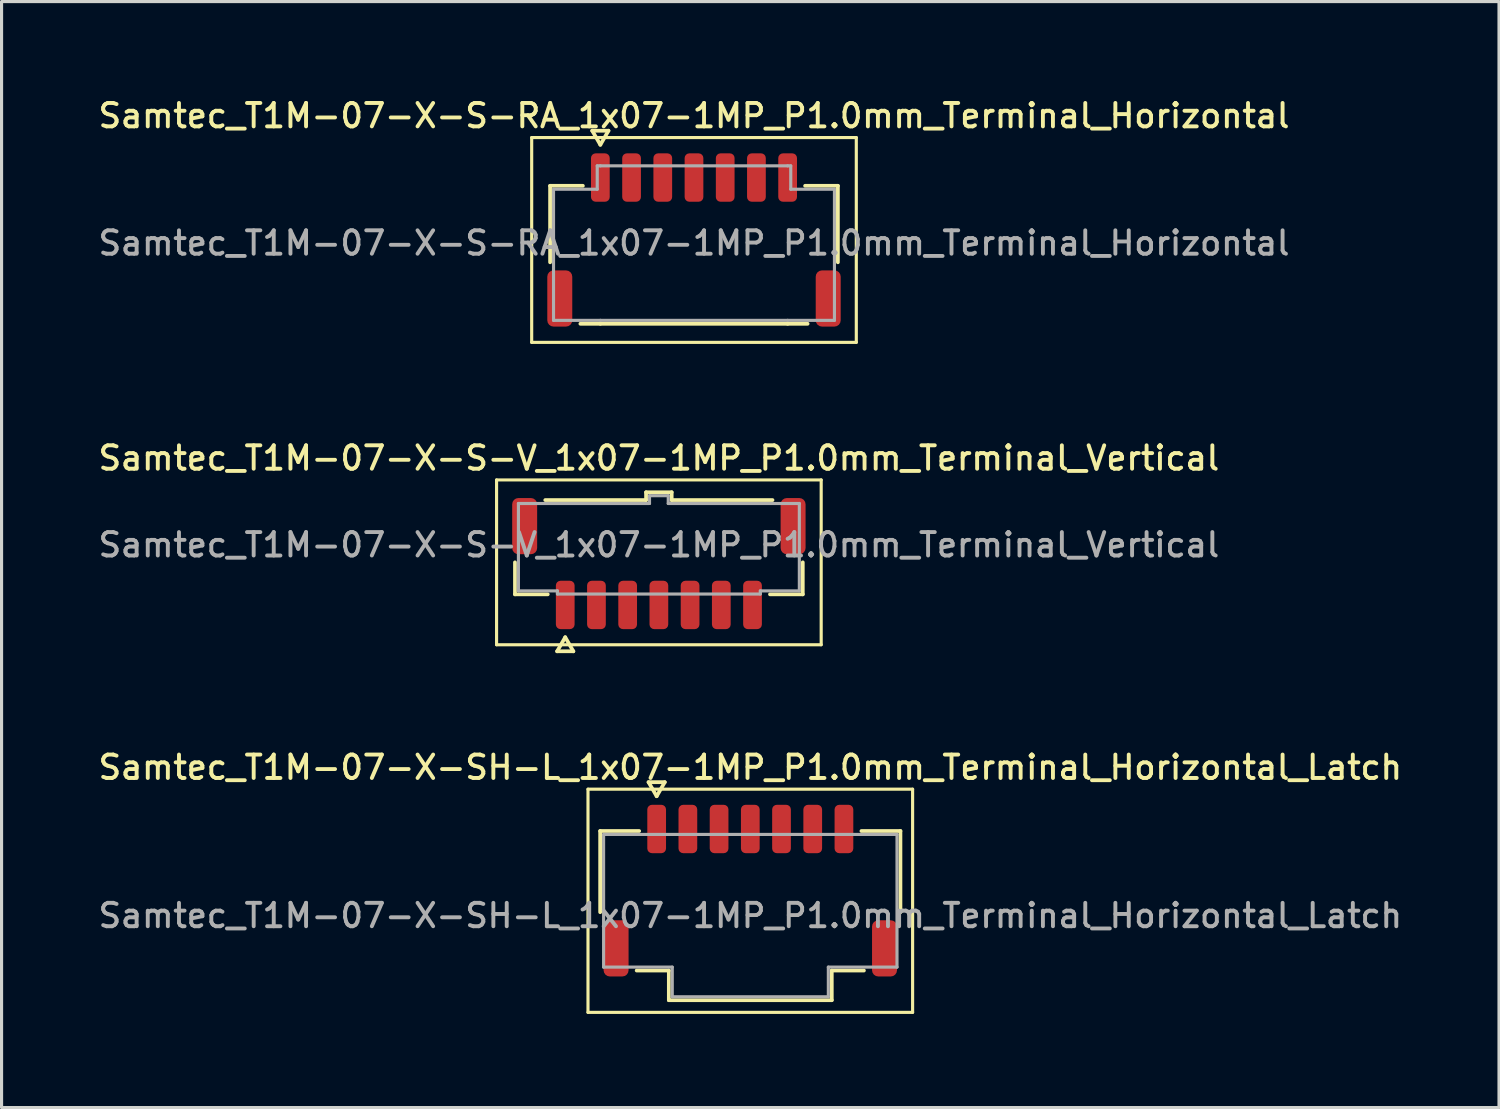
<source format=kicad_pcb>
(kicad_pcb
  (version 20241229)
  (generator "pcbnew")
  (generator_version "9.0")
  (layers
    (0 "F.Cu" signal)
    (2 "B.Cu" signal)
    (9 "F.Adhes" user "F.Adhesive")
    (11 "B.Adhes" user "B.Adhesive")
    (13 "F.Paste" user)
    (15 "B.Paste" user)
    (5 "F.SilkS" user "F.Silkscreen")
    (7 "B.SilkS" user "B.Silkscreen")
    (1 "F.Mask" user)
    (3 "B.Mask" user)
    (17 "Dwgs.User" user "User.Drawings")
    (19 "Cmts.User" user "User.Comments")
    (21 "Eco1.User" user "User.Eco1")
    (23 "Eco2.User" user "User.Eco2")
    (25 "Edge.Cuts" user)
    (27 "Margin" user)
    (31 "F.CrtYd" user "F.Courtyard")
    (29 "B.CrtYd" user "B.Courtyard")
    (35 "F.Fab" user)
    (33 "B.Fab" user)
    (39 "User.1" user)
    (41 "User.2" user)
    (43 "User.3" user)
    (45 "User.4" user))
  (footprint "Samtec_T1M-07-X-SH-L_1x07-1MP_P1.0mm_Terminal_Horizontal_Latch"
    (layer "F.Cu")
    (at 20.988 26.284)
    (property "Reference" "Samtec_T1M-07-X-SH-L_1x07-1MP_P1.0mm_Terminal_Horizontal_Latch" (at 0 -4.75 0) (layer "F.SilkS") (effects (font (size 0.75 0.75) (thickness 0.125))))
    (attr smd)
    (fp_line (start -5.2 -4.05) (end -5.2 3.1) (stroke (width 0.1) (type solid)) (layer "F.SilkS"))
    (fp_line (start -5.2 3.1) (end 5.2 3.1) (stroke (width 0.1) (type solid)) (layer "F.SilkS"))
    (fp_line (start -4.81 -2.71) (end -3.56 -2.71) (stroke (width 0.12) (type solid)) (layer "F.SilkS"))
    (fp_line (start -4.81 -0.11) (end -4.81 -2.71) (stroke (width 0.12) (type solid)) (layer "F.SilkS"))
    (fp_line (start -3.26 -4.275) (end -3 -3.825) (stroke (width 0.12) (type solid)) (layer "F.SilkS"))
    (fp_line (start -3 -3.825) (end -2.74 -4.275) (stroke (width 0.12) (type solid)) (layer "F.SilkS"))
    (fp_line (start -2.74 -4.275) (end -3.26 -4.275) (stroke (width 0.12) (type solid)) (layer "F.SilkS"))
    (fp_line (start -2.61 1.76) (end -3.64 1.76) (stroke (width 0.12) (type solid)) (layer "F.SilkS"))
    (fp_line (start -2.61 2.71) (end -2.61 1.76) (stroke (width 0.12) (type solid)) (layer "F.SilkS"))
    (fp_line (start 2.61 1.76) (end 2.61 2.71) (stroke (width 0.12) (type solid)) (layer "F.SilkS"))
    (fp_line (start 2.61 2.71) (end -2.61 2.71) (stroke (width 0.12) (type solid)) (layer "F.SilkS"))
    (fp_line (start 3.56 -2.71) (end 4.81 -2.71) (stroke (width 0.12) (type solid)) (layer "F.SilkS"))
    (fp_line (start 3.64 1.76) (end 2.61 1.76) (stroke (width 0.12) (type solid)) (layer "F.SilkS"))
    (fp_line (start 4.81 -2.71) (end 4.81 -0.11) (stroke (width 0.12) (type solid)) (layer "F.SilkS"))
    (fp_line (start 5.2 -4.05) (end -5.2 -4.05) (stroke (width 0.1) (type solid)) (layer "F.SilkS"))
    (fp_line (start 5.2 3.1) (end 5.2 -4.05) (stroke (width 0.1) (type solid)) (layer "F.SilkS"))
    (fp_line (start -4.7 -2.6) (end 4.7 -2.6) (stroke (width 0.1) (type solid)) (layer "F.Fab"))
    (fp_line (start -4.7 1.65) (end -4.7 -2.6) (stroke (width 0.1) (type solid)) (layer "F.Fab"))
    (fp_line (start -2.5 1.65) (end -4.7 1.65) (stroke (width 0.1) (type solid)) (layer "F.Fab"))
    (fp_line (start -2.5 2.6) (end -2.5 1.65) (stroke (width 0.1) (type solid)) (layer "F.Fab"))
    (fp_line (start 2.5 1.65) (end 2.5 2.6) (stroke (width 0.1) (type solid)) (layer "F.Fab"))
    (fp_line (start 2.5 2.6) (end -2.5 2.6) (stroke (width 0.1) (type solid)) (layer "F.Fab"))
    (fp_line (start 4.7 -2.6) (end 4.7 1.65) (stroke (width 0.1) (type solid)) (layer "F.Fab"))
    (fp_line (start 4.7 1.65) (end 2.5 1.65) (stroke (width 0.1) (type solid)) (layer "F.Fab"))
    (fp_text user "${REFERENCE}" (at 0 0 0) (layer "F.Fab") (effects (font (size 0.75 0.75) (thickness 0.125))))
    (pad "1" smd roundrect (at -3 -2.775) (size 0.6 1.55) (layers "F.Cu" "F.Mask" "F.Paste") (roundrect_rratio 0.25))
    (pad "2" smd roundrect (at -2 -2.775) (size 0.6 1.55) (layers "F.Cu" "F.Mask" "F.Paste") (roundrect_rratio 0.25))
    (pad "3" smd roundrect (at -1 -2.775) (size 0.6 1.55) (layers "F.Cu" "F.Mask" "F.Paste") (roundrect_rratio 0.25))
    (pad "4" smd roundrect (at 0 -2.775) (size 0.6 1.55) (layers "F.Cu" "F.Mask" "F.Paste") (roundrect_rratio 0.25))
    (pad "5" smd roundrect (at 1 -2.775) (size 0.6 1.55) (layers "F.Cu" "F.Mask" "F.Paste") (roundrect_rratio 0.25))
    (pad "6" smd roundrect (at 2 -2.775) (size 0.6 1.55) (layers "F.Cu" "F.Mask" "F.Paste") (roundrect_rratio 0.25))
    (pad "7" smd roundrect (at 3 -2.775) (size 0.6 1.55) (layers "F.Cu" "F.Mask" "F.Paste") (roundrect_rratio 0.25))
    (pad "MP" smd roundrect (at -4.3 1.05) (size 0.8 1.8) (layers "F.Cu" "F.Mask" "F.Paste") (roundrect_rratio 0.25))
    (pad "MP" smd roundrect (at 4.3 1.05) (size 0.8 1.8) (layers "F.Cu" "F.Mask" "F.Paste") (roundrect_rratio 0.25)))
  (footprint "Samtec_T1M-07-X-S-RA_1x07-1MP_P1.0mm_Terminal_Horizontal"
    (layer "F.Cu")
    (at 19.184 4.738)
    (property "Reference" "Samtec_T1M-07-X-S-RA_1x07-1MP_P1.0mm_Terminal_Horizontal" (at 0 -4.08 0) (layer "F.SilkS") (effects (font (size 0.75 0.75) (thickness 0.125))))
    (attr smd)
    (fp_line (start -5.2 -3.38) (end -5.2 3.18) (stroke (width 0.1) (type solid)) (layer "F.SilkS"))
    (fp_line (start -5.2 3.18) (end 5.2 3.18) (stroke (width 0.1) (type solid)) (layer "F.SilkS"))
    (fp_line (start -4.61 -1.835) (end -3.56 -1.835) (stroke (width 0.12) (type solid)) (layer "F.SilkS"))
    (fp_line (start -4.61 0.615) (end -4.61 -1.835) (stroke (width 0.12) (type solid)) (layer "F.SilkS"))
    (fp_line (start -3.26 -3.6) (end -3 -3.15) (stroke (width 0.12) (type solid)) (layer "F.SilkS"))
    (fp_line (start -3 -3.15) (end -2.74 -3.6) (stroke (width 0.12) (type solid)) (layer "F.SilkS"))
    (fp_line (start -3 2.585) (end -3.64 2.585) (stroke (width 0.12) (type solid)) (layer "F.SilkS"))
    (fp_line (start -2.74 -3.6) (end -3.26 -3.6) (stroke (width 0.12) (type solid)) (layer "F.SilkS"))
    (fp_line (start 3 2.585) (end -3 2.585) (stroke (width 0.12) (type solid)) (layer "F.SilkS"))
    (fp_line (start 3.56 -1.835) (end 4.61 -1.835) (stroke (width 0.12) (type solid)) (layer "F.SilkS"))
    (fp_line (start 3.64 2.585) (end 3 2.585) (stroke (width 0.12) (type solid)) (layer "F.SilkS"))
    (fp_line (start 4.61 -1.835) (end 4.61 0.615) (stroke (width 0.12) (type solid)) (layer "F.SilkS"))
    (fp_line (start 5.2 -3.38) (end -5.2 -3.38) (stroke (width 0.1) (type solid)) (layer "F.SilkS"))
    (fp_line (start 5.2 3.18) (end 5.2 -3.38) (stroke (width 0.1) (type solid)) (layer "F.SilkS"))
    (fp_line (start -4.5 -1.725) (end -3.1 -1.725) (stroke (width 0.1) (type solid)) (layer "F.Fab"))
    (fp_line (start -4.5 2.475) (end -4.5 -1.725) (stroke (width 0.1) (type solid)) (layer "F.Fab"))
    (fp_line (start -3.1 -2.475) (end -3 -2.475) (stroke (width 0.1) (type solid)) (layer "F.Fab"))
    (fp_line (start -3.1 -1.725) (end -3.1 -2.475) (stroke (width 0.1) (type solid)) (layer "F.Fab"))
    (fp_line (start -3 -2.475) (end 3 -2.475) (stroke (width 0.1) (type solid)) (layer "F.Fab"))
    (fp_line (start -3 2.475) (end -4.5 2.475) (stroke (width 0.1) (type solid)) (layer "F.Fab"))
    (fp_line (start 3 -2.475) (end 3.1 -2.475) (stroke (width 0.1) (type solid)) (layer "F.Fab"))
    (fp_line (start 3 2.475) (end -3 2.475) (stroke (width 0.1) (type solid)) (layer "F.Fab"))
    (fp_line (start 3.1 -2.475) (end 3.1 -1.725) (stroke (width 0.1) (type solid)) (layer "F.Fab"))
    (fp_line (start 3.1 -1.725) (end 4.5 -1.725) (stroke (width 0.1) (type solid)) (layer "F.Fab"))
    (fp_line (start 4.5 -1.725) (end 4.5 2.475) (stroke (width 0.1) (type solid)) (layer "F.Fab"))
    (fp_line (start 4.5 2.475) (end 3 2.475) (stroke (width 0.1) (type solid)) (layer "F.Fab"))
    (fp_text user "${REFERENCE}" (at 0 0 0) (layer "F.Fab") (effects (font (size 0.75 0.75) (thickness 0.125))))
    (pad "1" smd roundrect (at -3 -2.1) (size 0.6 1.55) (layers "F.Cu" "F.Mask" "F.Paste") (roundrect_rratio 0.25))
    (pad "2" smd roundrect (at -2 -2.1) (size 0.6 1.55) (layers "F.Cu" "F.Mask" "F.Paste") (roundrect_rratio 0.25))
    (pad "3" smd roundrect (at -1 -2.1) (size 0.6 1.55) (layers "F.Cu" "F.Mask" "F.Paste") (roundrect_rratio 0.25))
    (pad "4" smd roundrect (at 0 -2.1) (size 0.6 1.55) (layers "F.Cu" "F.Mask" "F.Paste") (roundrect_rratio 0.25))
    (pad "5" smd roundrect (at 1 -2.1) (size 0.6 1.55) (layers "F.Cu" "F.Mask" "F.Paste") (roundrect_rratio 0.25))
    (pad "6" smd roundrect (at 2 -2.1) (size 0.6 1.55) (layers "F.Cu" "F.Mask" "F.Paste") (roundrect_rratio 0.25))
    (pad "7" smd roundrect (at 3 -2.1) (size 0.6 1.55) (layers "F.Cu" "F.Mask" "F.Paste") (roundrect_rratio 0.25))
    (pad "MP" smd roundrect (at -4.3 1.775) (size 0.8 1.8) (layers "F.Cu" "F.Mask" "F.Paste") (roundrect_rratio 0.25))
    (pad "MP" smd roundrect (at 4.3 1.775) (size 0.8 1.8) (layers "F.Cu" "F.Mask" "F.Paste") (roundrect_rratio 0.25)))
  (footprint "Samtec_T1M-07-X-S-V_1x07-1MP_P1.0mm_Terminal_Vertical"
    (layer "F.Cu")
    (at 18.059 14.406)
    (property "Reference" "Samtec_T1M-07-X-S-V_1x07-1MP_P1.0mm_Terminal_Vertical" (at 0 -2.78 0) (layer "F.SilkS") (effects (font (size 0.75 0.75) (thickness 0.125))))
    (attr smd)
    (fp_line (start -5.2 -2.08) (end -5.2 3.2) (stroke (width 0.1) (type solid)) (layer "F.SilkS"))
    (fp_line (start -5.2 3.2) (end 5.2 3.2) (stroke (width 0.1) (type solid)) (layer "F.SilkS"))
    (fp_line (start -4.61 1.585) (end -4.61 0.56) (stroke (width 0.12) (type solid)) (layer "F.SilkS"))
    (fp_line (start -3.64 -1.435) (end -0.41 -1.435) (stroke (width 0.12) (type solid)) (layer "F.SilkS"))
    (fp_line (start -3.56 1.585) (end -4.61 1.585) (stroke (width 0.12) (type solid)) (layer "F.SilkS"))
    (fp_line (start -3.26 3.41) (end -3 2.96) (stroke (width 0.12) (type solid)) (layer "F.SilkS"))
    (fp_line (start -3 2.96) (end -2.74 3.41) (stroke (width 0.12) (type solid)) (layer "F.SilkS"))
    (fp_line (start -2.74 3.41) (end -3.26 3.41) (stroke (width 0.12) (type solid)) (layer "F.SilkS"))
    (fp_line (start -0.41 -1.685) (end 0.41 -1.685) (stroke (width 0.12) (type solid)) (layer "F.SilkS"))
    (fp_line (start -0.41 -1.435) (end -0.41 -1.685) (stroke (width 0.12) (type solid)) (layer "F.SilkS"))
    (fp_line (start 0.41 -1.685) (end 0.41 -1.435) (stroke (width 0.12) (type solid)) (layer "F.SilkS"))
    (fp_line (start 0.41 -1.435) (end 3.64 -1.435) (stroke (width 0.12) (type solid)) (layer "F.SilkS"))
    (fp_line (start 4.61 0.56) (end 4.61 1.585) (stroke (width 0.12) (type solid)) (layer "F.SilkS"))
    (fp_line (start 4.61 1.585) (end 3.56 1.585) (stroke (width 0.12) (type solid)) (layer "F.SilkS"))
    (fp_line (start 5.2 -2.08) (end -5.2 -2.08) (stroke (width 0.1) (type solid)) (layer "F.SilkS"))
    (fp_line (start 5.2 3.2) (end 5.2 -2.08) (stroke (width 0.1) (type solid)) (layer "F.SilkS"))
    (fp_line (start -4.5 -1.325) (end -0.3 -1.325) (stroke (width 0.1) (type solid)) (layer "F.Fab"))
    (fp_line (start -4.5 1.475) (end -4.5 -1.325) (stroke (width 0.1) (type solid)) (layer "F.Fab"))
    (fp_line (start -3.25 1.475) (end -4.5 1.475) (stroke (width 0.1) (type solid)) (layer "F.Fab"))
    (fp_line (start -3.25 1.575) (end -3.25 1.475) (stroke (width 0.1) (type solid)) (layer "F.Fab"))
    (fp_line (start -0.3 -1.575) (end 0.3 -1.575) (stroke (width 0.1) (type solid)) (layer "F.Fab"))
    (fp_line (start -0.3 -1.325) (end -0.3 -1.575) (stroke (width 0.1) (type solid)) (layer "F.Fab"))
    (fp_line (start 0.3 -1.575) (end 0.3 -1.325) (stroke (width 0.1) (type solid)) (layer "F.Fab"))
    (fp_line (start 0.3 -1.325) (end 4.5 -1.325) (stroke (width 0.1) (type solid)) (layer "F.Fab"))
    (fp_line (start 3.25 1.475) (end 3.25 1.575) (stroke (width 0.1) (type solid)) (layer "F.Fab"))
    (fp_line (start 3.25 1.575) (end -3.25 1.575) (stroke (width 0.1) (type solid)) (layer "F.Fab"))
    (fp_line (start 4.5 -1.325) (end 4.5 1.475) (stroke (width 0.1) (type solid)) (layer "F.Fab"))
    (fp_line (start 4.5 1.475) (end 3.25 1.475) (stroke (width 0.1) (type solid)) (layer "F.Fab"))
    (fp_text user "${REFERENCE}" (at 0 0 0) (layer "F.Fab") (effects (font (size 0.75 0.75) (thickness 0.125))))
    (pad "1" smd roundrect (at -3 1.925) (size 0.6 1.55) (layers "F.Cu" "F.Mask" "F.Paste") (roundrect_rratio 0.25))
    (pad "2" smd roundrect (at -2 1.925) (size 0.6 1.55) (layers "F.Cu" "F.Mask" "F.Paste") (roundrect_rratio 0.25))
    (pad "3" smd roundrect (at -1 1.925) (size 0.6 1.55) (layers "F.Cu" "F.Mask" "F.Paste") (roundrect_rratio 0.25))
    (pad "4" smd roundrect (at 0 1.925) (size 0.6 1.55) (layers "F.Cu" "F.Mask" "F.Paste") (roundrect_rratio 0.25))
    (pad "5" smd roundrect (at 1 1.925) (size 0.6 1.55) (layers "F.Cu" "F.Mask" "F.Paste") (roundrect_rratio 0.25))
    (pad "6" smd roundrect (at 2 1.925) (size 0.6 1.55) (layers "F.Cu" "F.Mask" "F.Paste") (roundrect_rratio 0.25))
    (pad "7" smd roundrect (at 3 1.925) (size 0.6 1.55) (layers "F.Cu" "F.Mask" "F.Paste") (roundrect_rratio 0.25))
    (pad "MP" smd roundrect (at -4.3 -0.6) (size 0.8 1.8) (layers "F.Cu" "F.Mask" "F.Paste") (roundrect_rratio 0.25))
    (pad "MP" smd roundrect (at 4.3 -0.6) (size 0.8 1.8) (layers "F.Cu" "F.Mask" "F.Paste") (roundrect_rratio 0.25)))
  (gr_rect
    (start -3 -3)
    (end 44.975 32.434)
    (stroke (width 0.1) (type default))
    (fill no)
    (layer "Edge.Cuts")))
</source>
